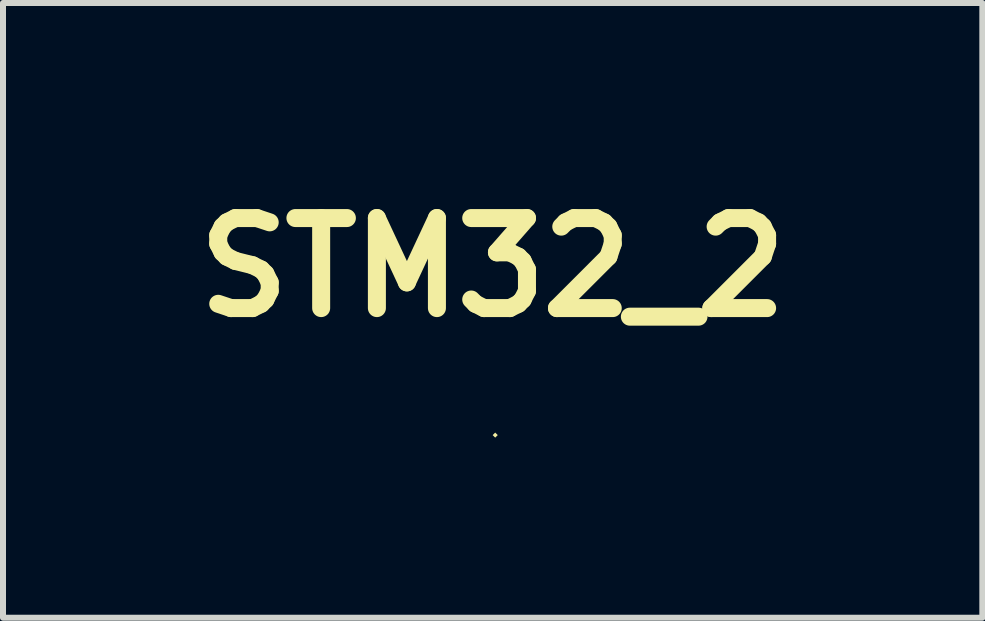
<source format=kicad_pcb>
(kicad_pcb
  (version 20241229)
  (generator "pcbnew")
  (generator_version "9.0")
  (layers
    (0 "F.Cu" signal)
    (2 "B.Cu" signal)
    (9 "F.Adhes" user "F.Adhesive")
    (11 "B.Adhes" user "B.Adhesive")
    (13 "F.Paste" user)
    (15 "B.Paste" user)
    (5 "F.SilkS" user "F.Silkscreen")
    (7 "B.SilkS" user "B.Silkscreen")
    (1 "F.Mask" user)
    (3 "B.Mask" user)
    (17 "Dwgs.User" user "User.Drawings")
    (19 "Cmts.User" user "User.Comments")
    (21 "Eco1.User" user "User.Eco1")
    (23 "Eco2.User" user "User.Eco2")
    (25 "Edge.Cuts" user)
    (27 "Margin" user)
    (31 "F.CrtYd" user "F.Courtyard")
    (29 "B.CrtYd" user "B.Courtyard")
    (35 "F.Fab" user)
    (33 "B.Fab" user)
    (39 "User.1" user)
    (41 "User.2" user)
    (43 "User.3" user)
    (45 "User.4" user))
  (footprint "STM32_2"
    (layer "F.Cu")
    (at 5.157 1.404)
    (property "Reference" "STM32_2" (at 0 0 0) (layer "F.SilkS") (effects (font (size 1.5 1.5) (thickness 0.3))))
    (attr board_only exclude_from_pos_files exclude_from_bom)
    (fp_poly (pts (xy 0.085 2.794) (xy 0.042 2.836) (xy -0.000001 2.794) (xy 0.042 2.752)) (stroke (width 0) (type solid)) (fill yes) (layer "F.SilkS")))
  (gr_rect
    (start -3 -3)
    (end 13.314 7.24)
    (stroke (width 0.1) (type default))
    (fill no)
    (layer "Edge.Cuts")))
</source>
